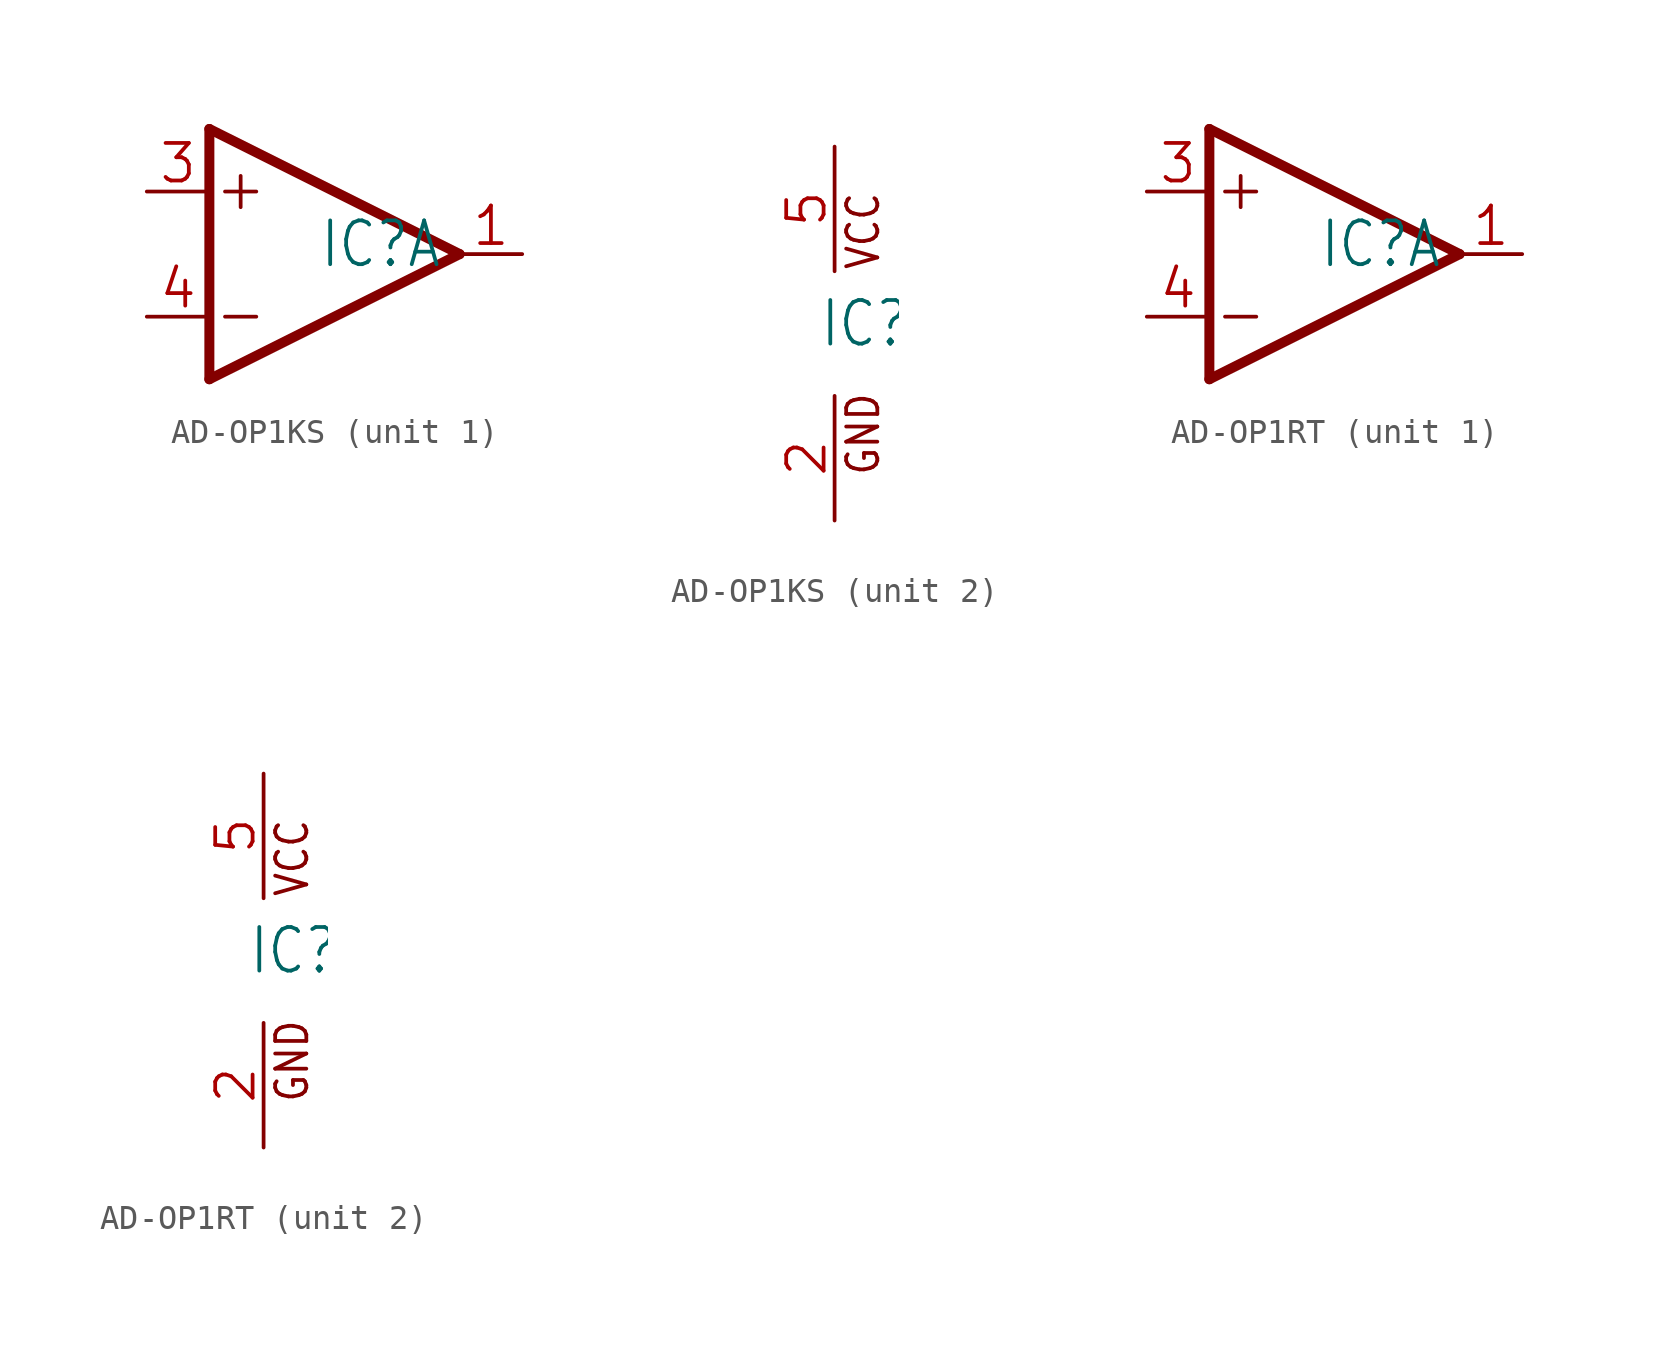
<source format=kicad_sym>
(kicad_symbol_lib
  (version 20241209)
  (generator "kicad_symbol_editor")
  (generator_version "9.0")
  (symbol "AD-OP1KS"
    (property "Reference" "IC"
      (at -0.635 -0.635 0)
      (effects (font (size 1.778 1.511)) (justify left bottom)))
    (property "ki_locked" ""
      (at 0 0 0)
      (effects (font (size 1.27 1.27))))
    (symbol "AD-OP1KS_1_0"
      (polyline (pts (xy -5.08 5.08) (xy -5.08 -5.08)) (stroke (width 0.406) (type solid)) (fill (type none)))
      (polyline (pts (xy -5.08 -5.08) (xy 5.08 0)) (stroke (width 0.406) (type solid)) (fill (type none)))
      (polyline (pts (xy -4.445 2.54) (xy -3.175 2.54)) (stroke (width 0.152) (type solid)) (fill (type none)))
      (polyline (pts (xy -4.445 -2.54) (xy -3.175 -2.54)) (stroke (width 0.152) (type solid)) (fill (type none)))
      (polyline (pts (xy -3.81 3.175) (xy -3.81 1.905)) (stroke (width 0.152) (type solid)) (fill (type none)))
      (polyline (pts (xy 5.08 0) (xy -5.08 5.08)) (stroke (width 0.406) (type solid)) (fill (type none)))
      (pin input line (at -7.62 2.54 0) (length 2.54) (name "+IN" (effects (font (size 0 0)))) (number "3" (effects (font (size 1.524 1.524)))))
      (pin input line (at -7.62 -2.54 0) (length 2.54) (name "-IN" (effects (font (size 0 0)))) (number "4" (effects (font (size 1.524 1.524)))))
      (pin output line (at 7.62 0 180) (length 2.54) (name "OUT" (effects (font (size 0 0)))) (number "1" (effects (font (size 1.524 1.524))))))
    (symbol "AD-OP1KS_2_0"
      (text "VCC" (at 1.905 2.54 900) (effects (font (size 1.27 1.079)) (justify left bottom)))
      (text "GND" (at 1.905 -5.842 900) (effects (font (size 1.27 1.079)) (justify left bottom)))
      (pin power_in line (at 0 7.62 270) (length 5.08) (name "VCC" (effects (font (size 0 0)))) (number "5" (effects (font (size 1.524 1.524)))))
      (pin power_in line (at 0 -7.62 90) (length 5.08) (name "GND" (effects (font (size 0 0)))) (number "2" (effects (font (size 1.524 1.524)))))))
  (symbol "AD-OP1RT"
    (property "Reference" "IC"
      (at -0.635 -0.635 0)
      (effects (font (size 1.778 1.511)) (justify left bottom)))
    (property "ki_locked" ""
      (at 0 0 0)
      (effects (font (size 1.27 1.27))))
    (symbol "AD-OP1RT_1_0"
      (polyline (pts (xy -5.08 5.08) (xy -5.08 -5.08)) (stroke (width 0.406) (type solid)) (fill (type none)))
      (polyline (pts (xy -5.08 -5.08) (xy 5.08 0)) (stroke (width 0.406) (type solid)) (fill (type none)))
      (polyline (pts (xy -4.445 2.54) (xy -3.175 2.54)) (stroke (width 0.152) (type solid)) (fill (type none)))
      (polyline (pts (xy -4.445 -2.54) (xy -3.175 -2.54)) (stroke (width 0.152) (type solid)) (fill (type none)))
      (polyline (pts (xy -3.81 3.175) (xy -3.81 1.905)) (stroke (width 0.152) (type solid)) (fill (type none)))
      (polyline (pts (xy 5.08 0) (xy -5.08 5.08)) (stroke (width 0.406) (type solid)) (fill (type none)))
      (pin input line (at -7.62 2.54 0) (length 2.54) (name "+IN" (effects (font (size 0 0)))) (number "3" (effects (font (size 1.524 1.524)))))
      (pin input line (at -7.62 -2.54 0) (length 2.54) (name "-IN" (effects (font (size 0 0)))) (number "4" (effects (font (size 1.524 1.524)))))
      (pin output line (at 7.62 0 180) (length 2.54) (name "OUT" (effects (font (size 0 0)))) (number "1" (effects (font (size 1.524 1.524))))))
    (symbol "AD-OP1RT_2_0"
      (text "VCC" (at 1.905 2.54 900) (effects (font (size 1.27 1.079)) (justify left bottom)))
      (text "GND" (at 1.905 -5.842 900) (effects (font (size 1.27 1.079)) (justify left bottom)))
      (pin power_in line (at 0 7.62 270) (length 5.08) (name "VCC" (effects (font (size 0 0)))) (number "5" (effects (font (size 1.524 1.524)))))
      (pin power_in line (at 0 -7.62 90) (length 5.08) (name "GND" (effects (font (size 0 0)))) (number "2" (effects (font (size 1.524 1.524))))))))
</source>
